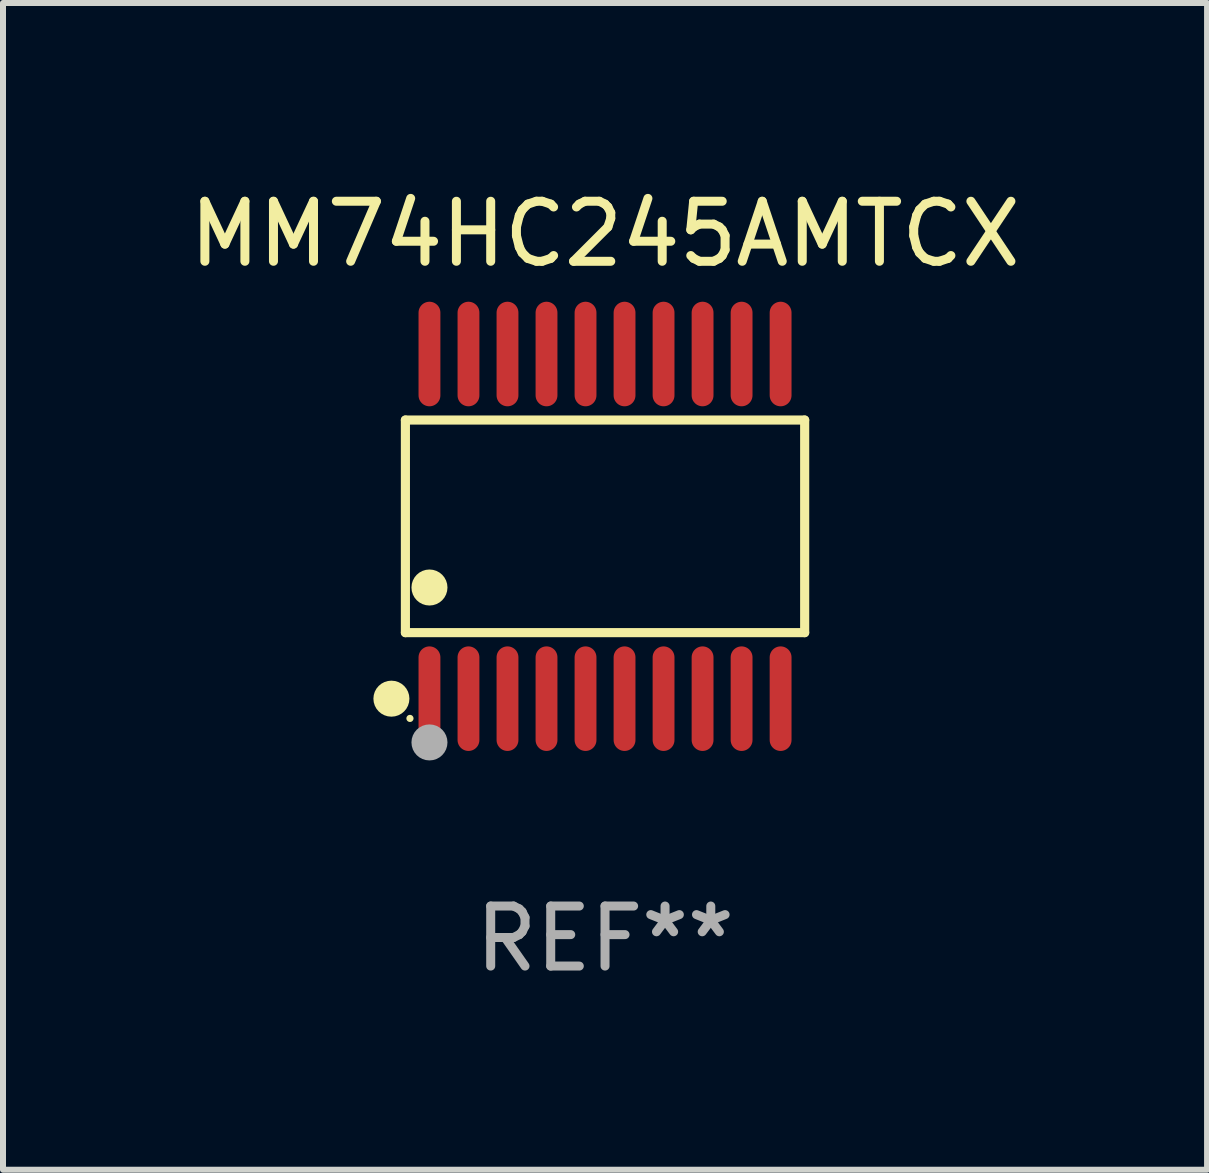
<source format=kicad_pcb>
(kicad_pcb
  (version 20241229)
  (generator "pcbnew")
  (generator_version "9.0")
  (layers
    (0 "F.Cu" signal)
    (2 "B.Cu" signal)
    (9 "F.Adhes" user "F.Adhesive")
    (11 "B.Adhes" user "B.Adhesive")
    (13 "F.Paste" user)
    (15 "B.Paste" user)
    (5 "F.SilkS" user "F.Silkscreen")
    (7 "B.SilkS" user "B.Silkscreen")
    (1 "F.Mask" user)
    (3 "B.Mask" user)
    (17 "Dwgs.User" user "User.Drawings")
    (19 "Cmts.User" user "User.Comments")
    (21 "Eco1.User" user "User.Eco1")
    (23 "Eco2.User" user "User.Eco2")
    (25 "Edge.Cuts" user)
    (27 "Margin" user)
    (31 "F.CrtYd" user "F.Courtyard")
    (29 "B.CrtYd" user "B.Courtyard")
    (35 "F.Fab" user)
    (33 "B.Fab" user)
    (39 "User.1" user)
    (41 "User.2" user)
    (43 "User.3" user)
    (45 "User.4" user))
  (footprint "MM74HC245AMTCX"
    (layer "F.Cu")
    (at 7.03 5.719)
    (property "Reference" "MM74HC245AMTCX" (at 0 -4.871 0) (layer "F.SilkS") (effects (font (size 1 1) (thickness 0.15))))
    (attr through_hole)
    (fp_line (start -3.326 -1.771) (end 3.326 -1.771) (stroke (width 0.152) (type solid)) (layer "F.SilkS"))
    (fp_line (start -3.326 1.771) (end -3.326 -1.771) (stroke (width 0.152) (type solid)) (layer "F.SilkS"))
    (fp_line (start 3.326 -1.771) (end 3.326 1.771) (stroke (width 0.152) (type solid)) (layer "F.SilkS"))
    (fp_line (start 3.326 1.771) (end -3.326 1.771) (stroke (width 0.152) (type solid)) (layer "F.SilkS"))
    (fp_circle (center -3.559 2.871) (end -3.409 2.871) (stroke (width 0.3) (type solid)) (fill no) (layer "F.SilkS"))
    (fp_circle (center -3.25 3.2) (end -3.22 3.2) (stroke (width 0.06) (type solid)) (fill no) (layer "F.SilkS"))
    (fp_circle (center -2.925 1.019) (end -2.775 1.019) (stroke (width 0.3) (type solid)) (fill no) (layer "F.SilkS"))
    (fp_circle (center -2.925 3.6) (end -2.775 3.6) (stroke (width 0.3) (type solid)) (fill no) (layer "F.Fab"))
    (fp_text user "REF**" (at 0 6.871 0) (layer "F.Fab") (effects (font (size 1 1) (thickness 0.15))))
    (pad "1" smd oval (at -2.925 2.871) (size 0.364 1.742) (layers "F.Cu" "F.Mask" "F.Paste"))
    (pad "2" smd oval (at -2.275 2.871) (size 0.364 1.742) (layers "F.Cu" "F.Mask" "F.Paste"))
    (pad "3" smd oval (at -1.625 2.871) (size 0.364 1.742) (layers "F.Cu" "F.Mask" "F.Paste"))
    (pad "4" smd oval (at -0.975 2.871) (size 0.364 1.742) (layers "F.Cu" "F.Mask" "F.Paste"))
    (pad "5" smd oval (at -0.325 2.871) (size 0.364 1.742) (layers "F.Cu" "F.Mask" "F.Paste"))
    (pad "6" smd oval (at 0.325 2.871) (size 0.364 1.742) (layers "F.Cu" "F.Mask" "F.Paste"))
    (pad "7" smd oval (at 0.975 2.871) (size 0.364 1.742) (layers "F.Cu" "F.Mask" "F.Paste"))
    (pad "8" smd oval (at 1.625 2.871) (size 0.364 1.742) (layers "F.Cu" "F.Mask" "F.Paste"))
    (pad "9" smd oval (at 2.275 2.871) (size 0.364 1.742) (layers "F.Cu" "F.Mask" "F.Paste"))
    (pad "10" smd oval (at 2.925 2.871) (size 0.364 1.742) (layers "F.Cu" "F.Mask" "F.Paste"))
    (pad "11" smd oval (at 2.925 -2.871) (size 0.364 1.742) (layers "F.Cu" "F.Mask" "F.Paste"))
    (pad "12" smd oval (at 2.275 -2.871) (size 0.364 1.742) (layers "F.Cu" "F.Mask" "F.Paste"))
    (pad "13" smd oval (at 1.625 -2.871) (size 0.364 1.742) (layers "F.Cu" "F.Mask" "F.Paste"))
    (pad "14" smd oval (at 0.975 -2.871) (size 0.364 1.742) (layers "F.Cu" "F.Mask" "F.Paste"))
    (pad "15" smd oval (at 0.325 -2.871) (size 0.364 1.742) (layers "F.Cu" "F.Mask" "F.Paste"))
    (pad "16" smd oval (at -0.325 -2.871) (size 0.364 1.742) (layers "F.Cu" "F.Mask" "F.Paste"))
    (pad "17" smd oval (at -0.975 -2.871) (size 0.364 1.742) (layers "F.Cu" "F.Mask" "F.Paste"))
    (pad "18" smd oval (at -1.625 -2.871) (size 0.364 1.742) (layers "F.Cu" "F.Mask" "F.Paste"))
    (pad "19" smd oval (at -2.275 -2.871) (size 0.364 1.742) (layers "F.Cu" "F.Mask" "F.Paste"))
    (pad "20" smd oval (at -2.925 -2.871) (size 0.364 1.742) (layers "F.Cu" "F.Mask" "F.Paste")))
  (gr_rect
    (start -3 -3)
    (end 17.06 16.438)
    (stroke (width 0.1) (type default))
    (fill no)
    (layer "Edge.Cuts")))
</source>
